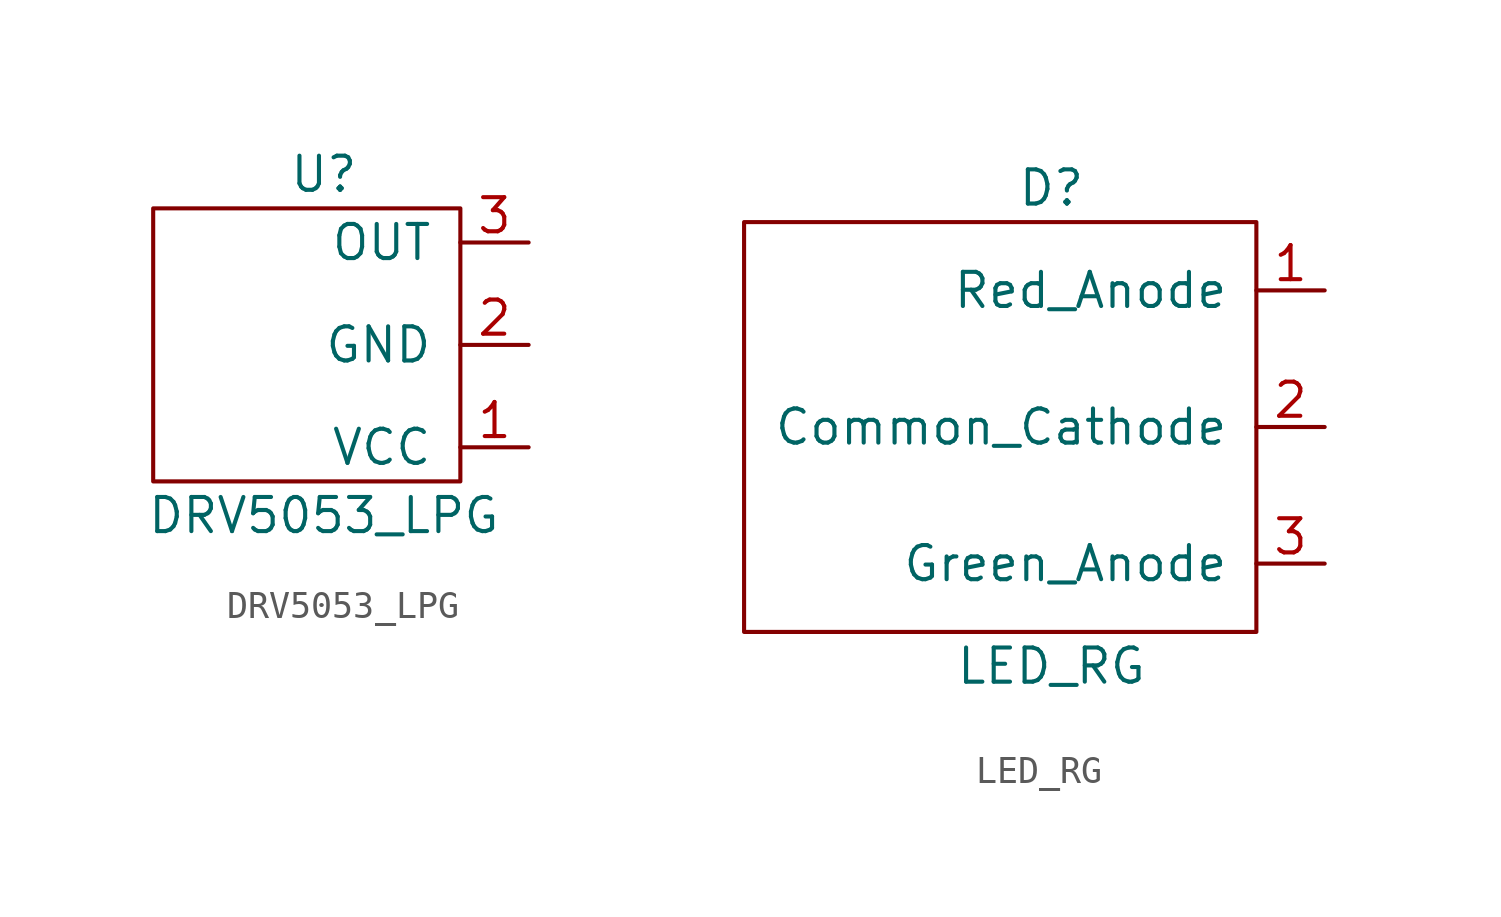
<source format=kicad_sym>
(kicad_symbol_lib
  (version 20211014)
  (generator kicad_symbol_editor)
  (symbol "DRV5053_LPG"
    (pin_names
      (offset 1.016))
    (property "Reference" "U"
      (at 0 0 0)
      (effects (font (size 1.27 1.27))))
    (property "Value" "DRV5053_LPG"
      (at 0 -12.7 0)
      (effects (font (size 1.27 1.27))))
    (symbol "DRV5053_LPG_0_1"
      (rectangle (start -6.35 -11.43) (end 5.08 -1.27) (stroke (width 0) (type default) (color 0 0 0 0)) (fill (type none))))
    (symbol "DRV5053_LPG_1_1"
      (pin power_in line (at 7.62 -10.16 180) (length 2.54) (name "VCC" (effects (font (size 1.27 1.27)))) (number "1" (effects (font (size 1.27 1.27)))))
      (pin power_in line (at 7.62 -6.35 180) (length 2.54) (name "GND" (effects (font (size 1.27 1.27)))) (number "2" (effects (font (size 1.27 1.27)))))
      (pin output line (at 7.62 -2.54 180) (length 2.54) (name "OUT" (effects (font (size 1.27 1.27)))) (number "3" (effects (font (size 1.27 1.27)))))))
  (symbol "LED_RG"
    (pin_names
      (offset 1.016))
    (property "Reference" "D"
      (at 0 1.27 0)
      (effects (font (size 1.27 1.27))))
    (property "Value" "LED_RG"
      (at 0 -16.51 0)
      (effects (font (size 1.27 1.27))))
    (symbol "LED_RG_0_1"
      (rectangle (start -11.43 -15.24) (end 7.62 0) (stroke (width 0) (type default) (color 0 0 0 0)) (fill (type none))))
    (symbol "LED_RG_1_1"
      (pin output line (at 10.16 -2.54 180) (length 2.54) (name "Red_Anode" (effects (font (size 1.27 1.27)))) (number "1" (effects (font (size 1.27 1.27)))))
      (pin power_in line (at 10.16 -7.62 180) (length 2.54) (name "Common_Cathode" (effects (font (size 1.27 1.27)))) (number "2" (effects (font (size 1.27 1.27)))))
      (pin output line (at 10.16 -12.7 180) (length 2.54) (name "Green_Anode" (effects (font (size 1.27 1.27)))) (number "3" (effects (font (size 1.27 1.27))))))))
</source>
